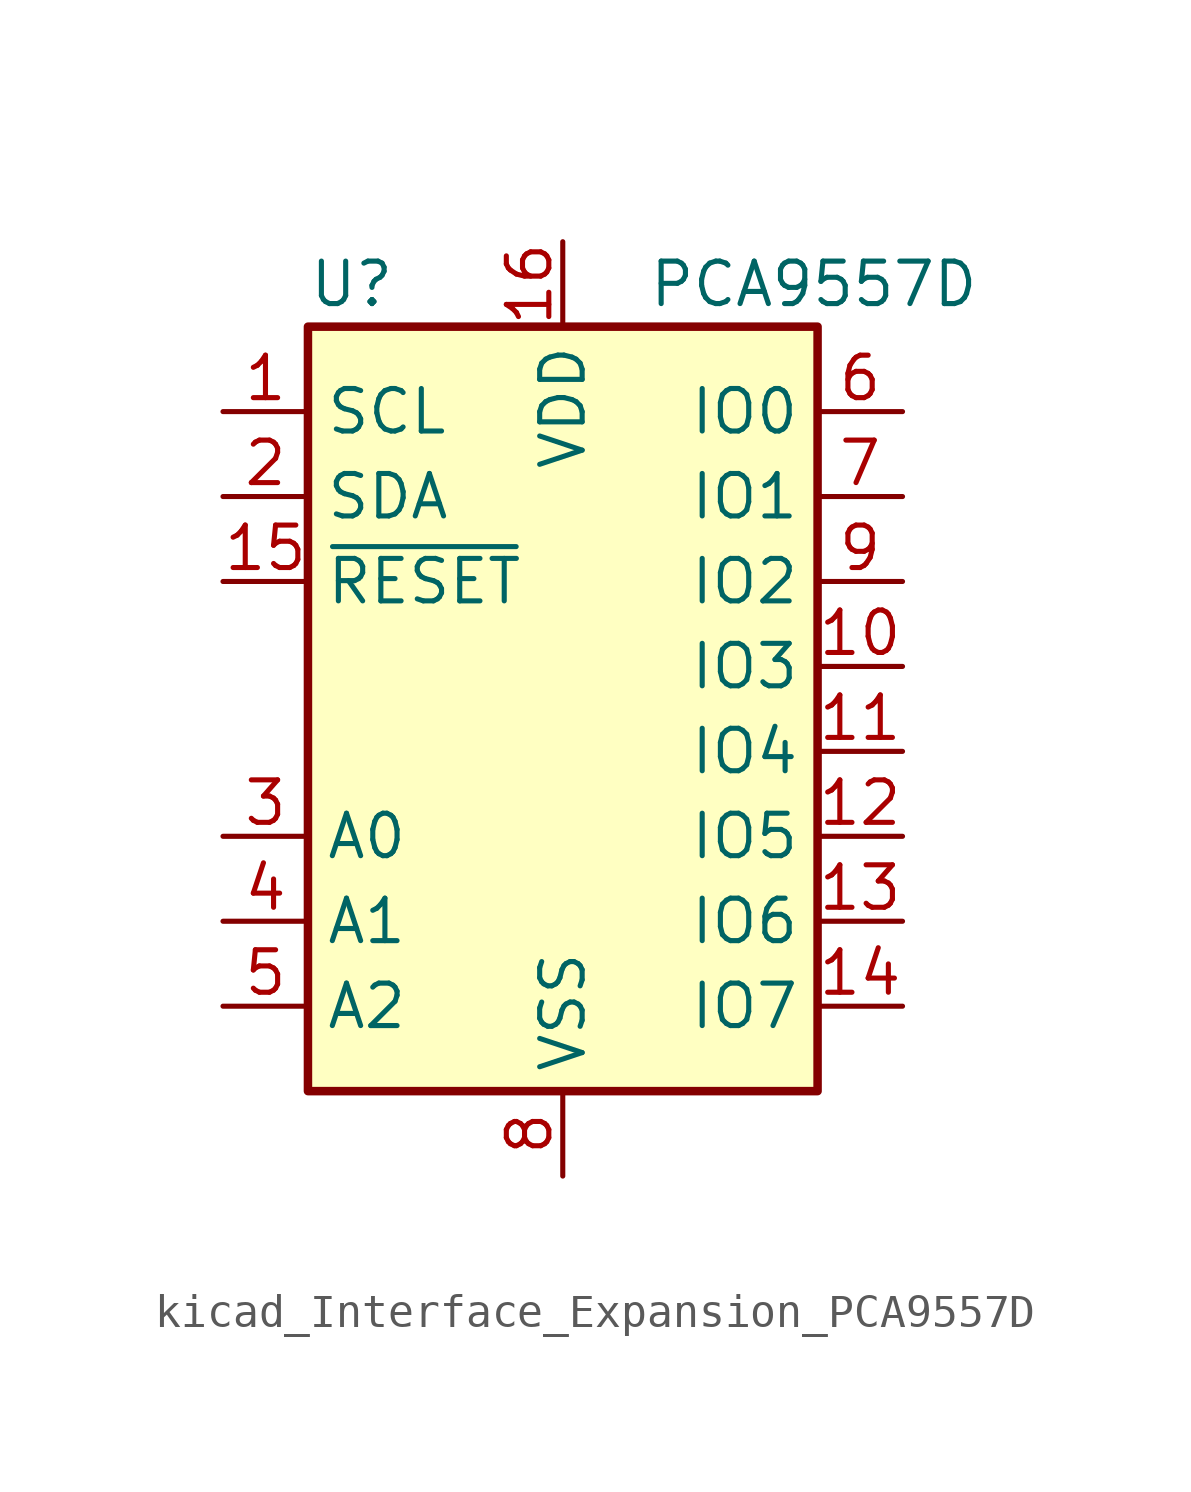
<source format=kicad_sym>
(kicad_symbol_lib
  (version 20220914)
  (generator kicad_symbol_editor)
  (symbol "kicad_Interface_Expansion_PCA9557D"
    (property "Reference" "U"
      (at -7.62 11.43 0)
      (effects (font (size 1.27 1.27)) (justify left)))
    (property "Value" "PCA9557D"
      (at 2.54 11.43 0)
      (effects (font (size 1.27 1.27)) (justify left)))
    (symbol "kicad_Interface_Expansion_PCA9557D_0_1"
      (rectangle (start -7.62 -12.7) (end 7.62 10.16) (stroke (width 0.254) (type default)) (fill (type background))))
    (symbol "kicad_Interface_Expansion_PCA9557D_1_1"
      (pin input line (at -10.16 7.62 0) (length 2.54) (name "SCL" (effects (font (size 1.27 1.27)))) (number "1" (effects (font (size 1.27 1.27)))))
      (pin bidirectional line (at 10.16 0 180) (length 2.54) (name "IO3" (effects (font (size 1.27 1.27)))) (number "10" (effects (font (size 1.27 1.27)))))
      (pin bidirectional line (at 10.16 -2.54 180) (length 2.54) (name "IO4" (effects (font (size 1.27 1.27)))) (number "11" (effects (font (size 1.27 1.27)))))
      (pin bidirectional line (at 10.16 -5.08 180) (length 2.54) (name "IO5" (effects (font (size 1.27 1.27)))) (number "12" (effects (font (size 1.27 1.27)))))
      (pin bidirectional line (at 10.16 -7.62 180) (length 2.54) (name "IO6" (effects (font (size 1.27 1.27)))) (number "13" (effects (font (size 1.27 1.27)))))
      (pin bidirectional line (at 10.16 -10.16 180) (length 2.54) (name "IO7" (effects (font (size 1.27 1.27)))) (number "14" (effects (font (size 1.27 1.27)))))
      (pin input line (at -10.16 2.54 0) (length 2.54) (name "~{RESET}" (effects (font (size 1.27 1.27)))) (number "15" (effects (font (size 1.27 1.27)))))
      (pin power_in line (at 0 12.7 270) (length 2.54) (name "VDD" (effects (font (size 1.27 1.27)))) (number "16" (effects (font (size 1.27 1.27)))))
      (pin bidirectional line (at -10.16 5.08 0) (length 2.54) (name "SDA" (effects (font (size 1.27 1.27)))) (number "2" (effects (font (size 1.27 1.27)))))
      (pin input line (at -10.16 -5.08 0) (length 2.54) (name "A0" (effects (font (size 1.27 1.27)))) (number "3" (effects (font (size 1.27 1.27)))))
      (pin input line (at -10.16 -7.62 0) (length 2.54) (name "A1" (effects (font (size 1.27 1.27)))) (number "4" (effects (font (size 1.27 1.27)))))
      (pin input line (at -10.16 -10.16 0) (length 2.54) (name "A2" (effects (font (size 1.27 1.27)))) (number "5" (effects (font (size 1.27 1.27)))))
      (pin bidirectional line (at 10.16 7.62 180) (length 2.54) (name "IO0" (effects (font (size 1.27 1.27)))) (number "6" (effects (font (size 1.27 1.27)))))
      (pin bidirectional line (at 10.16 5.08 180) (length 2.54) (name "IO1" (effects (font (size 1.27 1.27)))) (number "7" (effects (font (size 1.27 1.27)))))
      (pin power_in line (at 0 -15.24 90) (length 2.54) (name "VSS" (effects (font (size 1.27 1.27)))) (number "8" (effects (font (size 1.27 1.27)))))
      (pin bidirectional line (at 10.16 2.54 180) (length 2.54) (name "IO2" (effects (font (size 1.27 1.27)))) (number "9" (effects (font (size 1.27 1.27))))))))
</source>
